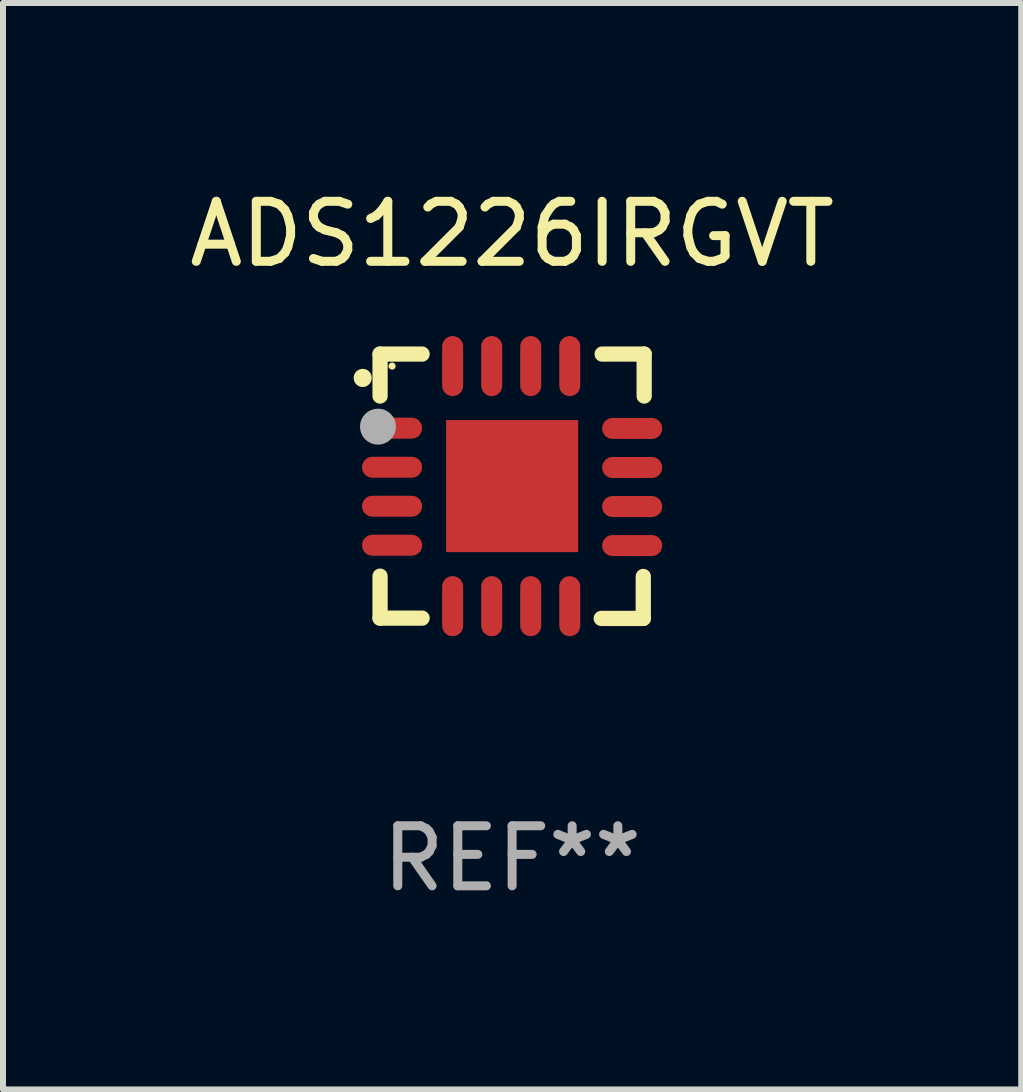
<source format=kicad_pcb>
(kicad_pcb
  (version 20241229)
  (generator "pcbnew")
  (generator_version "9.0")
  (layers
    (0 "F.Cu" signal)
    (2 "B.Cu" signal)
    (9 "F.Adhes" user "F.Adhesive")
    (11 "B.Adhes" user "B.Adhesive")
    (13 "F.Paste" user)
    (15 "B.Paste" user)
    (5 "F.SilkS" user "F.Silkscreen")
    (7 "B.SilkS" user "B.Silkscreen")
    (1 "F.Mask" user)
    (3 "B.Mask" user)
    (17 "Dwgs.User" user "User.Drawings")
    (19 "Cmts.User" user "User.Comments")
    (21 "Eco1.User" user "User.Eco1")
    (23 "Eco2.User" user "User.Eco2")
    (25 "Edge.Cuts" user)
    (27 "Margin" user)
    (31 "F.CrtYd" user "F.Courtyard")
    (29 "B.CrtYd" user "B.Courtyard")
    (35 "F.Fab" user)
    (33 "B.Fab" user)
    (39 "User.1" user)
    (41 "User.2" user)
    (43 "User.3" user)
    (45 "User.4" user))
  (footprint "ADS1226IRGVT"
    (layer "F.Cu")
    (at 5.482 5.051)
    (property "Reference" "ADS1226IRGVT" (at 0 -4.202 0) (layer "F.SilkS") (effects (font (size 1 1) (thickness 0.15))))
    (attr through_hole)
    (fp_line (start -2.2 -2.202) (end -1.5 -2.202) (stroke (width 0.254) (type solid)) (layer "F.SilkS"))
    (fp_line (start -2.2 -1.503) (end -2.2 -2.202) (stroke (width 0.254) (type solid)) (layer "F.SilkS"))
    (fp_line (start -2.2 1.498) (end -2.2 2.197) (stroke (width 0.254) (type solid)) (layer "F.SilkS"))
    (fp_line (start -2.2 2.197) (end -1.5 2.197) (stroke (width 0.254) (type solid)) (layer "F.SilkS"))
    (fp_line (start 1.485 2.202) (end 2.185 2.202) (stroke (width 0.254) (type solid)) (layer "F.SilkS"))
    (fp_line (start 2.185 2.202) (end 2.185 1.503) (stroke (width 0.254) (type solid)) (layer "F.SilkS"))
    (fp_line (start 2.2 -2.202) (end 1.5 -2.202) (stroke (width 0.254) (type solid)) (layer "F.SilkS"))
    (fp_line (start 2.2 -1.503) (end 2.2 -2.202) (stroke (width 0.254) (type solid)) (layer "F.SilkS"))
    (fp_arc (start -2.489205 -1.803404) (mid -2.48921 -1.804674) (end -2.489205 -1.805944) (stroke (width 0.3) (type solid)) (layer "F.SilkS"))
    (fp_circle (center -2 -2.002) (end -1.97 -2.002) (stroke (width 0.06) (type solid)) (fill no) (layer "F.SilkS"))
    (fp_circle (center -2.235 -0.993) (end -2.085 -0.993) (stroke (width 0.3) (type solid)) (fill no) (layer "F.Fab"))
    (fp_text user "REF**" (at 0 6.202 0) (layer "F.Fab") (effects (font (size 1 1) (thickness 0.15))))
    (pad "1" smd oval (at -2 -0.968 270) (size 0.35 1) (layers "F.Cu" "F.Mask" "F.Paste"))
    (pad "2" smd oval (at -2 -0.317 270) (size 0.35 1) (layers "F.Cu" "F.Mask" "F.Paste"))
    (pad "3" smd oval (at -2 0.333 270) (size 0.35 1) (layers "F.Cu" "F.Mask" "F.Paste"))
    (pad "4" smd oval (at -2 0.983 270) (size 0.35 1) (layers "F.Cu" "F.Mask" "F.Paste"))
    (pad "5" smd oval (at -0.991 1.998) (size 0.35 1) (layers "F.Cu" "F.Mask" "F.Paste"))
    (pad "6" smd oval (at -0.34 1.998) (size 0.35 1) (layers "F.Cu" "F.Mask" "F.Paste"))
    (pad "7" smd oval (at 0.31 1.998) (size 0.35 1) (layers "F.Cu" "F.Mask" "F.Paste"))
    (pad "8" smd oval (at 0.96 1.998) (size 0.35 1) (layers "F.Cu" "F.Mask" "F.Paste"))
    (pad "9" smd oval (at 2 0.988 270) (size 0.35 1) (layers "F.Cu" "F.Mask" "F.Paste"))
    (pad "10" smd oval (at 2 0.338 270) (size 0.35 1) (layers "F.Cu" "F.Mask" "F.Paste"))
    (pad "11" smd oval (at 2 -0.312 270) (size 0.35 1) (layers "F.Cu" "F.Mask" "F.Paste"))
    (pad "12" smd oval (at 2 -0.963 270) (size 0.35 1) (layers "F.Cu" "F.Mask" "F.Paste"))
    (pad "13" smd oval (at 0.96 -2.002) (size 0.35 1) (layers "F.Cu" "F.Mask" "F.Paste"))
    (pad "14" smd oval (at 0.31 -2.002) (size 0.35 1) (layers "F.Cu" "F.Mask" "F.Paste"))
    (pad "15" smd oval (at -0.34 -2.002) (size 0.35 1) (layers "F.Cu" "F.Mask" "F.Paste"))
    (pad "16" smd oval (at -0.991 -2.002) (size 0.35 1) (layers "F.Cu" "F.Mask" "F.Paste"))
    (pad "17" smd rect (at -0.000102 -0.002) (size 2.2 2.2) (layers "F.Cu" "F.Mask" "F.Paste")))
  (gr_rect
    (start -3 -3)
    (end 13.964 15.101)
    (stroke (width 0.1) (type default))
    (fill no)
    (layer "Edge.Cuts")))
</source>
